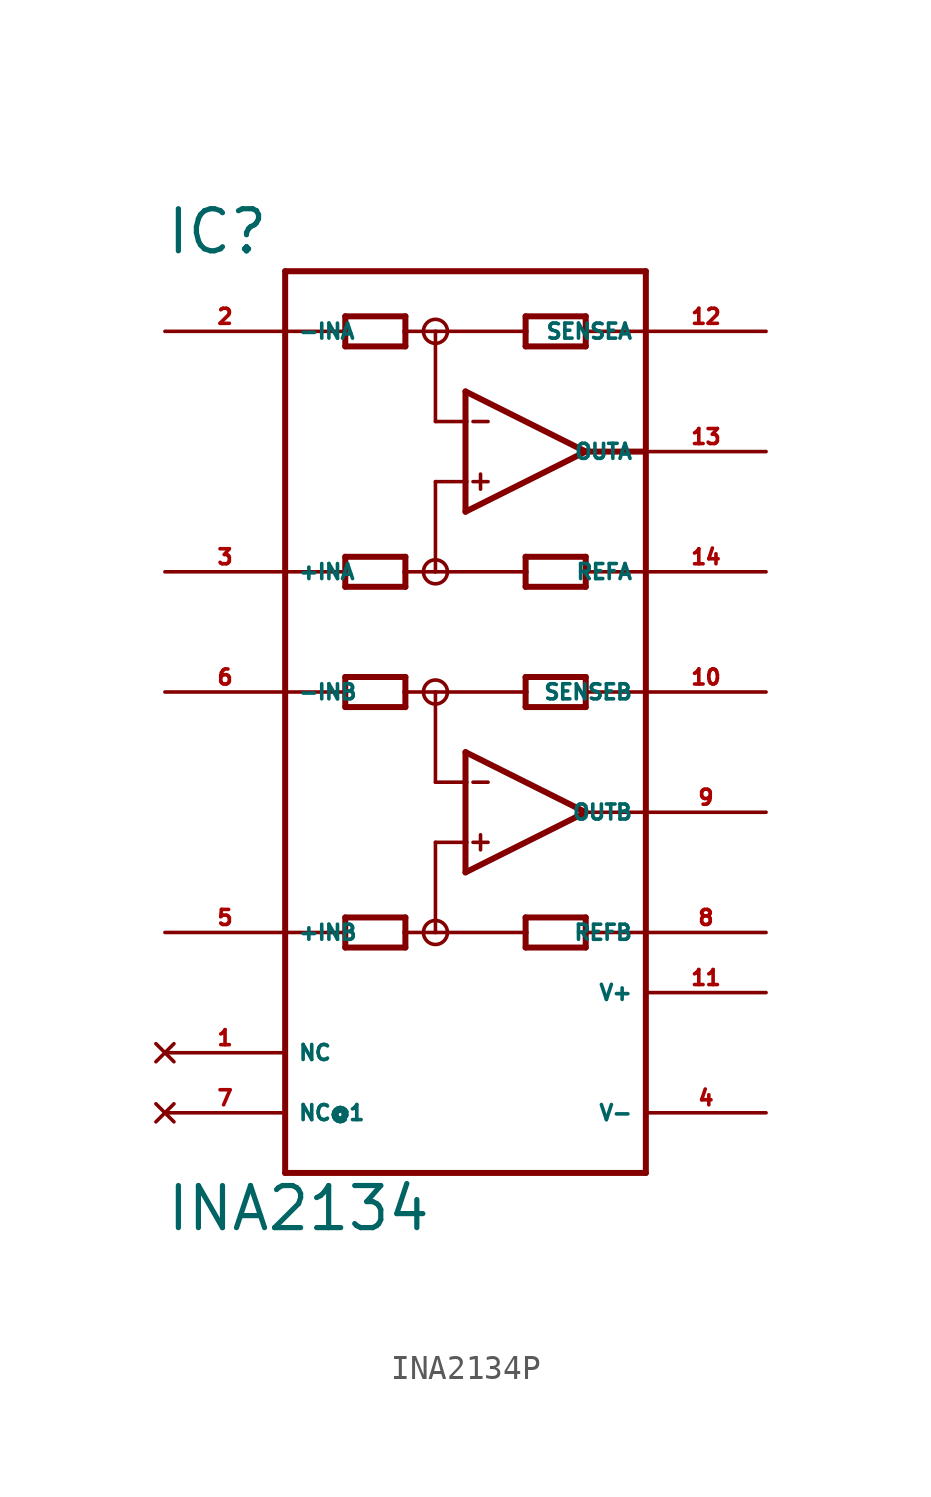
<source format=kicad_sym>
(kicad_symbol_lib
  (version 20220914)
  (generator Eagle2Kicad)
  (symbol "INA2134P"
    (property "Reference" "IC"
      (at -12.7 15.875 0)
      (effects (font (size 1.778 1.778) (thickness 0.22)) (justify left bottom)))
    (property "Value" "INA2134"
      (at -12.7 -25.4 0)
      (effects (font (size 1.778 1.778) (thickness 0.22)) (justify left bottom)))
    (polyline
      (pts (xy 0 5.08) (xy 0 6.35))
      (stroke (width 0.254) (type default))
      (fill (type none)))
    (polyline
      (pts (xy 0 6.35) (xy 0 8.89))
      (stroke (width 0.254) (type default))
      (fill (type none)))
    (polyline
      (pts (xy 0 8.89) (xy 0 10.16))
      (stroke (width 0.254) (type default))
      (fill (type none)))
    (polyline
      (pts (xy 0 10.16) (xy 5.08 7.62))
      (stroke (width 0.254) (type default))
      (fill (type none)))
    (polyline
      (pts (xy 5.08 7.62) (xy 0 5.08))
      (stroke (width 0.254) (type default))
      (fill (type none)))
    (polyline
      (pts (xy -2.54 12.065) (xy -2.54 12.7))
      (stroke (width 0.254) (type default))
      (fill (type none)))
    (polyline
      (pts (xy -2.54 12.7) (xy -2.54 13.335))
      (stroke (width 0.254) (type default))
      (fill (type none)))
    (polyline
      (pts (xy -2.54 13.335) (xy -5.08 13.335))
      (stroke (width 0.254) (type default))
      (fill (type none)))
    (polyline
      (pts (xy -5.08 13.335) (xy -5.08 12.7))
      (stroke (width 0.254) (type default))
      (fill (type none)))
    (polyline
      (pts (xy -5.08 12.7) (xy -5.08 12.065))
      (stroke (width 0.254) (type default))
      (fill (type none)))
    (polyline
      (pts (xy -5.08 12.065) (xy -2.54 12.065))
      (stroke (width 0.254) (type default))
      (fill (type none)))
    (polyline
      (pts (xy 2.54 12.065) (xy 2.54 12.7))
      (stroke (width 0.254) (type default))
      (fill (type none)))
    (polyline
      (pts (xy 2.54 12.7) (xy 2.54 13.335))
      (stroke (width 0.254) (type default))
      (fill (type none)))
    (polyline
      (pts (xy 2.54 13.335) (xy 5.08 13.335))
      (stroke (width 0.254) (type default))
      (fill (type none)))
    (polyline
      (pts (xy 5.08 13.335) (xy 5.08 12.7))
      (stroke (width 0.254) (type default))
      (fill (type none)))
    (polyline
      (pts (xy 5.08 12.7) (xy 5.08 12.065))
      (stroke (width 0.254) (type default))
      (fill (type none)))
    (polyline
      (pts (xy 5.08 12.065) (xy 2.54 12.065))
      (stroke (width 0.254) (type default))
      (fill (type none)))
    (polyline
      (pts (xy 0 8.89) (xy -1.27 8.89))
      (stroke (width 0.152) (type default))
      (fill (type none)))
    (polyline
      (pts (xy -2.54 3.175) (xy -2.54 2.54))
      (stroke (width 0.254) (type default))
      (fill (type none)))
    (polyline
      (pts (xy -2.54 2.54) (xy -2.54 1.905))
      (stroke (width 0.254) (type default))
      (fill (type none)))
    (polyline
      (pts (xy -2.54 1.905) (xy -5.08 1.905))
      (stroke (width 0.254) (type default))
      (fill (type none)))
    (polyline
      (pts (xy -5.08 1.905) (xy -5.08 2.54))
      (stroke (width 0.254) (type default))
      (fill (type none)))
    (polyline
      (pts (xy -5.08 2.54) (xy -5.08 3.175))
      (stroke (width 0.254) (type default))
      (fill (type none)))
    (polyline
      (pts (xy -5.08 3.175) (xy -2.54 3.175))
      (stroke (width 0.254) (type default))
      (fill (type none)))
    (polyline
      (pts (xy 2.54 3.175) (xy 2.54 2.54))
      (stroke (width 0.254) (type default))
      (fill (type none)))
    (polyline
      (pts (xy 2.54 2.54) (xy 2.54 1.905))
      (stroke (width 0.254) (type default))
      (fill (type none)))
    (polyline
      (pts (xy 2.54 1.905) (xy 5.08 1.905))
      (stroke (width 0.254) (type default))
      (fill (type none)))
    (polyline
      (pts (xy 5.08 1.905) (xy 5.08 2.54))
      (stroke (width 0.254) (type default))
      (fill (type none)))
    (polyline
      (pts (xy 5.08 2.54) (xy 5.08 3.175))
      (stroke (width 0.254) (type default))
      (fill (type none)))
    (polyline
      (pts (xy 5.08 3.175) (xy 2.54 3.175))
      (stroke (width 0.254) (type default))
      (fill (type none)))
    (polyline
      (pts (xy -1.27 8.89) (xy -1.27 12.7))
      (stroke (width 0.152) (type default))
      (fill (type none)))
    (polyline
      (pts (xy -1.27 12.7) (xy -2.54 12.7))
      (stroke (width 0.152) (type default))
      (fill (type none)))
    (polyline
      (pts (xy -1.27 12.7) (xy 2.54 12.7))
      (stroke (width 0.152) (type default))
      (fill (type none)))
    (polyline
      (pts (xy 0 6.35) (xy -1.27 6.35))
      (stroke (width 0.152) (type default))
      (fill (type none)))
    (polyline
      (pts (xy -1.27 6.35) (xy -1.27 2.54))
      (stroke (width 0.152) (type default))
      (fill (type none)))
    (polyline
      (pts (xy -1.27 2.54) (xy -2.54 2.54))
      (stroke (width 0.152) (type default))
      (fill (type none)))
    (polyline
      (pts (xy -1.27 2.54) (xy 2.54 2.54))
      (stroke (width 0.152) (type default))
      (fill (type none)))
    (polyline
      (pts (xy 0.318 8.89) (xy 0.953 8.89))
      (stroke (width 0.152) (type default))
      (fill (type none)))
    (polyline
      (pts (xy 0.318 6.35) (xy 0.953 6.35))
      (stroke (width 0.152) (type default))
      (fill (type none)))
    (polyline
      (pts (xy 0.635 6.668) (xy 0.635 6.032))
      (stroke (width 0.152) (type default))
      (fill (type none)))
    (polyline
      (pts (xy -7.62 12.7) (xy -5.08 12.7))
      (stroke (width 0.152) (type default))
      (fill (type none)))
    (polyline
      (pts (xy 7.62 12.7) (xy 5.08 12.7))
      (stroke (width 0.152) (type default))
      (fill (type none)))
    (polyline
      (pts (xy 5.08 7.62) (xy 7.62 7.62))
      (stroke (width 0.254) (type default))
      (fill (type none)))
    (polyline
      (pts (xy 7.62 2.54) (xy 5.08 2.54))
      (stroke (width 0.152) (type default))
      (fill (type none)))
    (polyline
      (pts (xy -7.62 2.54) (xy -5.08 2.54))
      (stroke (width 0.152) (type default))
      (fill (type none)))
    (polyline
      (pts (xy -7.62 -22.86) (xy 7.62 -22.86))
      (stroke (width 0.254) (type default))
      (fill (type none)))
    (polyline
      (pts (xy 7.62 -22.86) (xy 7.62 -12.7))
      (stroke (width 0.254) (type default))
      (fill (type none)))
    (polyline
      (pts (xy 7.62 -12.7) (xy 7.62 -7.62))
      (stroke (width 0.254) (type default))
      (fill (type none)))
    (polyline
      (pts (xy 7.62 -7.62) (xy 7.62 -2.54))
      (stroke (width 0.254) (type default))
      (fill (type none)))
    (polyline
      (pts (xy 7.62 -2.54) (xy 7.62 15.24))
      (stroke (width 0.254) (type default))
      (fill (type none)))
    (polyline
      (pts (xy 7.62 15.24) (xy -7.62 15.24))
      (stroke (width 0.254) (type default))
      (fill (type none)))
    (polyline
      (pts (xy -7.62 15.24) (xy -7.62 -2.54))
      (stroke (width 0.254) (type default))
      (fill (type none)))
    (polyline
      (pts (xy -7.62 -2.54) (xy -7.62 -12.7))
      (stroke (width 0.254) (type default))
      (fill (type none)))
    (polyline
      (pts (xy -7.62 -12.7) (xy -7.62 -22.86))
      (stroke (width 0.254) (type default))
      (fill (type none)))
    (polyline
      (pts (xy 0 -10.16) (xy 0 -8.89))
      (stroke (width 0.254) (type default))
      (fill (type none)))
    (polyline
      (pts (xy 0 -8.89) (xy 0 -6.35))
      (stroke (width 0.254) (type default))
      (fill (type none)))
    (polyline
      (pts (xy 0 -6.35) (xy 0 -5.08))
      (stroke (width 0.254) (type default))
      (fill (type none)))
    (polyline
      (pts (xy 0 -5.08) (xy 5.08 -7.62))
      (stroke (width 0.254) (type default))
      (fill (type none)))
    (polyline
      (pts (xy 5.08 -7.62) (xy 0 -10.16))
      (stroke (width 0.254) (type default))
      (fill (type none)))
    (polyline
      (pts (xy -2.54 -3.175) (xy -2.54 -2.54))
      (stroke (width 0.254) (type default))
      (fill (type none)))
    (polyline
      (pts (xy -2.54 -2.54) (xy -2.54 -1.905))
      (stroke (width 0.254) (type default))
      (fill (type none)))
    (polyline
      (pts (xy -2.54 -1.905) (xy -5.08 -1.905))
      (stroke (width 0.254) (type default))
      (fill (type none)))
    (polyline
      (pts (xy -5.08 -1.905) (xy -5.08 -2.54))
      (stroke (width 0.254) (type default))
      (fill (type none)))
    (polyline
      (pts (xy -5.08 -2.54) (xy -5.08 -3.175))
      (stroke (width 0.254) (type default))
      (fill (type none)))
    (polyline
      (pts (xy -5.08 -3.175) (xy -2.54 -3.175))
      (stroke (width 0.254) (type default))
      (fill (type none)))
    (polyline
      (pts (xy 2.54 -3.175) (xy 2.54 -2.54))
      (stroke (width 0.254) (type default))
      (fill (type none)))
    (polyline
      (pts (xy 2.54 -2.54) (xy 2.54 -1.905))
      (stroke (width 0.254) (type default))
      (fill (type none)))
    (polyline
      (pts (xy 2.54 -1.905) (xy 5.08 -1.905))
      (stroke (width 0.254) (type default))
      (fill (type none)))
    (polyline
      (pts (xy 5.08 -1.905) (xy 5.08 -2.54))
      (stroke (width 0.254) (type default))
      (fill (type none)))
    (polyline
      (pts (xy 5.08 -2.54) (xy 5.08 -3.175))
      (stroke (width 0.254) (type default))
      (fill (type none)))
    (polyline
      (pts (xy 5.08 -3.175) (xy 2.54 -3.175))
      (stroke (width 0.254) (type default))
      (fill (type none)))
    (polyline
      (pts (xy 0 -6.35) (xy -1.27 -6.35))
      (stroke (width 0.152) (type default))
      (fill (type none)))
    (polyline
      (pts (xy -2.54 -12.065) (xy -2.54 -12.7))
      (stroke (width 0.254) (type default))
      (fill (type none)))
    (polyline
      (pts (xy -2.54 -12.7) (xy -2.54 -13.335))
      (stroke (width 0.254) (type default))
      (fill (type none)))
    (polyline
      (pts (xy -2.54 -13.335) (xy -5.08 -13.335))
      (stroke (width 0.254) (type default))
      (fill (type none)))
    (polyline
      (pts (xy -5.08 -13.335) (xy -5.08 -12.7))
      (stroke (width 0.254) (type default))
      (fill (type none)))
    (polyline
      (pts (xy -5.08 -12.7) (xy -5.08 -12.065))
      (stroke (width 0.254) (type default))
      (fill (type none)))
    (polyline
      (pts (xy -5.08 -12.065) (xy -2.54 -12.065))
      (stroke (width 0.254) (type default))
      (fill (type none)))
    (polyline
      (pts (xy 2.54 -12.065) (xy 2.54 -12.7))
      (stroke (width 0.254) (type default))
      (fill (type none)))
    (polyline
      (pts (xy 2.54 -12.7) (xy 2.54 -13.335))
      (stroke (width 0.254) (type default))
      (fill (type none)))
    (polyline
      (pts (xy 2.54 -13.335) (xy 5.08 -13.335))
      (stroke (width 0.254) (type default))
      (fill (type none)))
    (polyline
      (pts (xy 5.08 -13.335) (xy 5.08 -12.7))
      (stroke (width 0.254) (type default))
      (fill (type none)))
    (polyline
      (pts (xy 5.08 -12.7) (xy 5.08 -12.065))
      (stroke (width 0.254) (type default))
      (fill (type none)))
    (polyline
      (pts (xy 5.08 -12.065) (xy 2.54 -12.065))
      (stroke (width 0.254) (type default))
      (fill (type none)))
    (polyline
      (pts (xy -1.27 -6.35) (xy -1.27 -2.54))
      (stroke (width 0.152) (type default))
      (fill (type none)))
    (polyline
      (pts (xy -1.27 -2.54) (xy -2.54 -2.54))
      (stroke (width 0.152) (type default))
      (fill (type none)))
    (polyline
      (pts (xy -1.27 -2.54) (xy 2.54 -2.54))
      (stroke (width 0.152) (type default))
      (fill (type none)))
    (polyline
      (pts (xy 0 -8.89) (xy -1.27 -8.89))
      (stroke (width 0.152) (type default))
      (fill (type none)))
    (polyline
      (pts (xy -1.27 -8.89) (xy -1.27 -12.7))
      (stroke (width 0.152) (type default))
      (fill (type none)))
    (polyline
      (pts (xy -1.27 -12.7) (xy -2.54 -12.7))
      (stroke (width 0.152) (type default))
      (fill (type none)))
    (polyline
      (pts (xy -1.27 -12.7) (xy 2.54 -12.7))
      (stroke (width 0.152) (type default))
      (fill (type none)))
    (polyline
      (pts (xy 0.318 -6.35) (xy 0.953 -6.35))
      (stroke (width 0.152) (type default))
      (fill (type none)))
    (polyline
      (pts (xy 0.318 -8.89) (xy 0.953 -8.89))
      (stroke (width 0.152) (type default))
      (fill (type none)))
    (polyline
      (pts (xy 0.635 -8.572) (xy 0.635 -9.207))
      (stroke (width 0.152) (type default))
      (fill (type none)))
    (polyline
      (pts (xy -7.62 -2.54) (xy -5.08 -2.54))
      (stroke (width 0.152) (type default))
      (fill (type none)))
    (polyline
      (pts (xy 7.62 -2.54) (xy 5.08 -2.54))
      (stroke (width 0.152) (type default))
      (fill (type none)))
    (polyline
      (pts (xy 5.08 -7.62) (xy 7.62 -7.62))
      (stroke (width 0.152) (type default))
      (fill (type none)))
    (polyline
      (pts (xy 7.62 -12.7) (xy 5.08 -12.7))
      (stroke (width 0.152) (type default))
      (fill (type none)))
    (polyline
      (pts (xy -7.62 -12.7) (xy -5.08 -12.7))
      (stroke (width 0.152) (type default))
      (fill (type none)))
    (circle
      (center -1.27 12.7)
      (radius 0.508)
      (stroke (width 0) (type default))
      (fill (type none)))
    (circle
      (center -1.27 -2.54)
      (radius 0.508)
      (stroke (width 0) (type default))
      (fill (type none)))
    (circle
      (center -1.27 2.54)
      (radius 0.508)
      (stroke (width 0) (type default))
      (fill (type none)))
    (circle
      (center -1.27 -12.7)
      (radius 0.508)
      (stroke (width 0) (type default))
      (fill (type none)))
    (pin input line
      (at -12.7 12.7 0)
      (length 5.08)
      (name "-INA" (effects (font (size 0.635 0.635) (thickness 0.08)) (justify left bottom)))
      (number "2" (effects (font (size 0.635 0.635) (thickness 0.08)) (justify left bottom))))
    (pin input line
      (at -12.7 2.54 0)
      (length 5.08)
      (name "+INA" (effects (font (size 0.635 0.635) (thickness 0.08)) (justify left bottom)))
      (number "3" (effects (font (size 0.635 0.635) (thickness 0.08)) (justify left bottom))))
    (pin output line
      (at 12.7 7.62 180)
      (length 5.08)
      (name "OUTA" (effects (font (size 0.635 0.635) (thickness 0.08)) (justify left bottom)))
      (number "13" (effects (font (size 0.635 0.635) (thickness 0.08)) (justify left bottom))))
    (pin unspecified line
      (at 12.7 -15.24 180)
      (length 5.08)
      (name "V+" (effects (font (size 0.635 0.635) (thickness 0.08)) (justify left bottom)))
      (number "11" (effects (font (size 0.635 0.635) (thickness 0.08)) (justify left bottom))))
    (pin unspecified line
      (at 12.7 -20.32 180)
      (length 5.08)
      (name "V-" (effects (font (size 0.635 0.635) (thickness 0.08)) (justify left bottom)))
      (number "4" (effects (font (size 0.635 0.635) (thickness 0.08)) (justify left bottom))))
    (pin passive line
      (at 12.7 12.7 180)
      (length 5.08)
      (name "SENSEA" (effects (font (size 0.635 0.635) (thickness 0.08)) (justify left bottom)))
      (number "12" (effects (font (size 0.635 0.635) (thickness 0.08)) (justify left bottom))))
    (pin passive line
      (at 12.7 2.54 180)
      (length 5.08)
      (name "REFA" (effects (font (size 0.635 0.635) (thickness 0.08)) (justify left bottom)))
      (number "14" (effects (font (size 0.635 0.635) (thickness 0.08)) (justify left bottom))))
    (pin no_connect line
      (at -12.7 -17.78 0)
      (length 5.08)
      (name "NC" (effects (font (size 0.635 0.635) (thickness 0.08)) (justify left bottom) hide))
      (number "1" (effects (font (size 0.635 0.635) (thickness 0.08)) (justify left bottom) hide)))
    (pin input line
      (at -12.7 -2.54 0)
      (length 5.08)
      (name "-INB" (effects (font (size 0.635 0.635) (thickness 0.08)) (justify left bottom)))
      (number "6" (effects (font (size 0.635 0.635) (thickness 0.08)) (justify left bottom))))
    (pin input line
      (at -12.7 -12.7 0)
      (length 5.08)
      (name "+INB" (effects (font (size 0.635 0.635) (thickness 0.08)) (justify left bottom)))
      (number "5" (effects (font (size 0.635 0.635) (thickness 0.08)) (justify left bottom))))
    (pin output line
      (at 12.7 -7.62 180)
      (length 5.08)
      (name "OUTB" (effects (font (size 0.635 0.635) (thickness 0.08)) (justify left bottom)))
      (number "9" (effects (font (size 0.635 0.635) (thickness 0.08)) (justify left bottom))))
    (pin passive line
      (at 12.7 -2.54 180)
      (length 5.08)
      (name "SENSEB" (effects (font (size 0.635 0.635) (thickness 0.08)) (justify left bottom)))
      (number "10" (effects (font (size 0.635 0.635) (thickness 0.08)) (justify left bottom))))
    (pin passive line
      (at 12.7 -12.7 180)
      (length 5.08)
      (name "REFB" (effects (font (size 0.635 0.635) (thickness 0.08)) (justify left bottom)))
      (number "8" (effects (font (size 0.635 0.635) (thickness 0.08)) (justify left bottom))))
    (pin no_connect line
      (at -12.7 -20.32 0)
      (length 5.08)
      (name "NC@1" (effects (font (size 0.635 0.635) (thickness 0.08)) (justify left bottom) hide))
      (number "7" (effects (font (size 0.635 0.635) (thickness 0.08)) (justify left bottom) hide)))))
</source>
